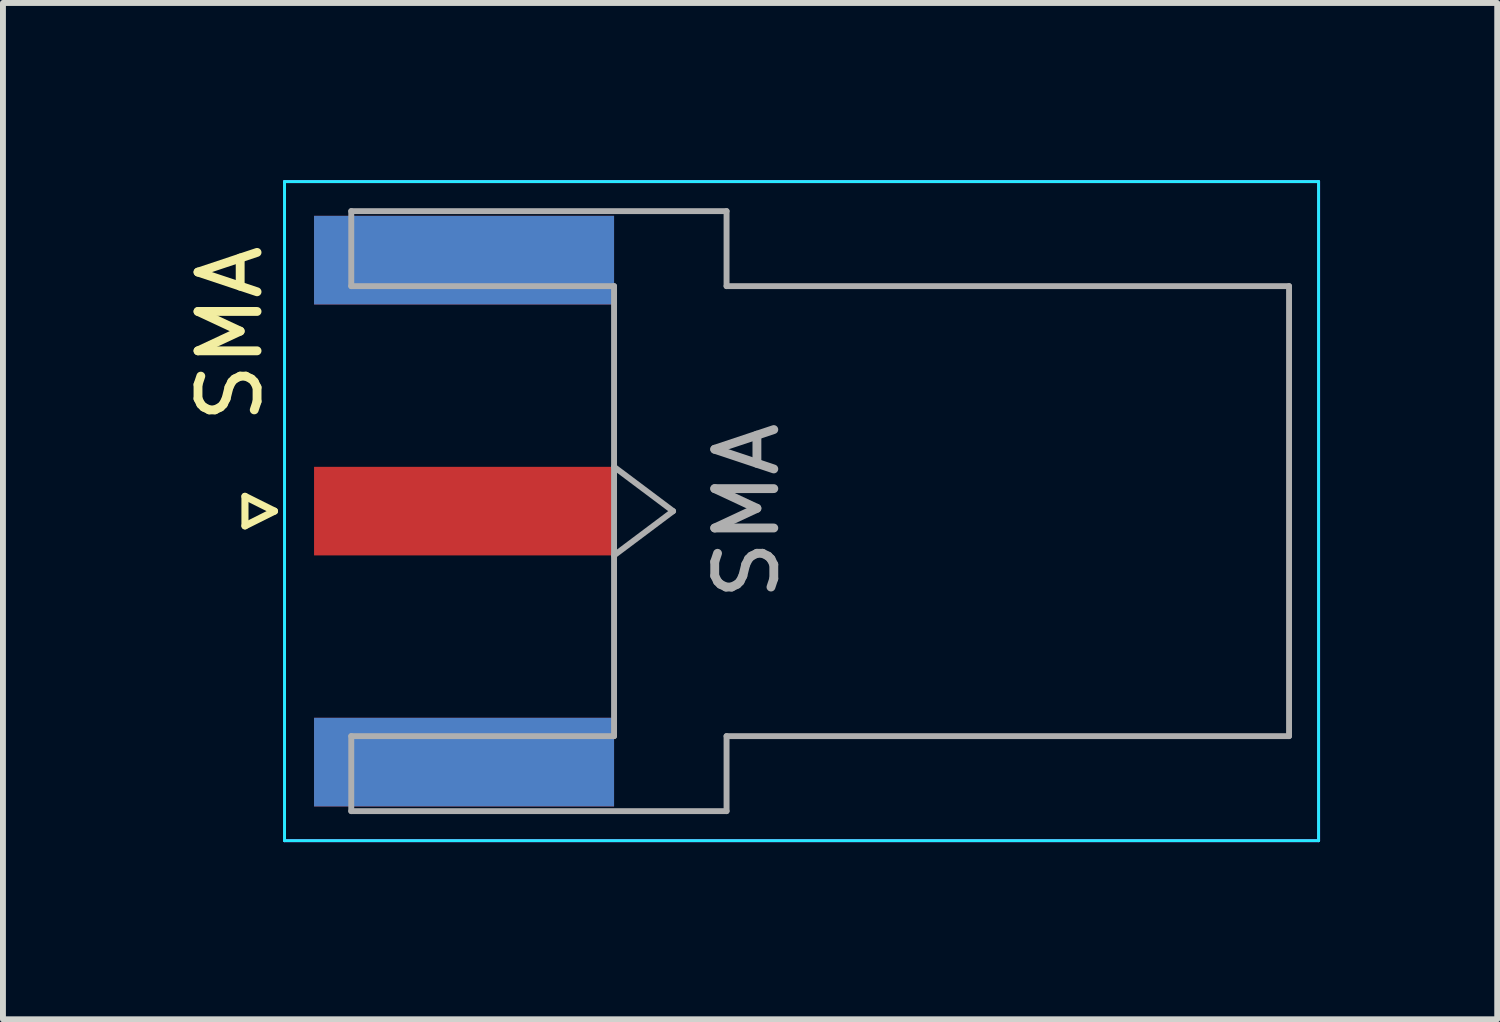
<source format=kicad_pcb>
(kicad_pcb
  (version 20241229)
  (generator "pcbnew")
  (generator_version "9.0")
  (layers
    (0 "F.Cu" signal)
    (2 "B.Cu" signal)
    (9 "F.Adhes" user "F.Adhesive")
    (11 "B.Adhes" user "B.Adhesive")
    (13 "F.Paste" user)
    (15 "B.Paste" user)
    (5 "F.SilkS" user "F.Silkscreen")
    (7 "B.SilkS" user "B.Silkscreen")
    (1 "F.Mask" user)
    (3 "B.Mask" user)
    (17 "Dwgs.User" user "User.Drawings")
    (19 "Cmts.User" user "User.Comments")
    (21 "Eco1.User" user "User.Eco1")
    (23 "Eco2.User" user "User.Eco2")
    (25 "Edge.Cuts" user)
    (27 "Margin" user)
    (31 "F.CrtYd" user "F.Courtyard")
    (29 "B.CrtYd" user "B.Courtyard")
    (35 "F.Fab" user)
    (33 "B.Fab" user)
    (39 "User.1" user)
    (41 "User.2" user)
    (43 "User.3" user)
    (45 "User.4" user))
  (footprint "SMA"
    (layer "F.Cu")
    (at 4.808 5.605)
    (property "Reference" "SMA" (at -3.96 -3 90) (layer "F.SilkS") (effects (font (size 1 1) (thickness 0.15))))
    (attr smd)
    (fp_line (start -3.71 -0.25) (end -3.71 0.25) (stroke (width 0.12) (type solid)) (layer "F.SilkS"))
    (fp_line (start -3.71 0.25) (end -3.21 0) (stroke (width 0.12) (type solid)) (layer "F.SilkS"))
    (fp_line (start -3.21 0) (end -3.71 -0.25) (stroke (width 0.12) (type solid)) (layer "F.SilkS"))
    (fp_line (start -3.04 5.58) (end -3.04 -5.58) (stroke (width 0.05) (type solid)) (layer "B.CrtYd"))
    (fp_line (start 14.47 -5.58) (end -3.04 -5.58) (stroke (width 0.05) (type solid)) (layer "B.CrtYd"))
    (fp_line (start 14.47 -5.58) (end 14.47 5.58) (stroke (width 0.05) (type solid)) (layer "B.CrtYd"))
    (fp_line (start 14.47 5.58) (end -3.04 5.58) (stroke (width 0.05) (type solid)) (layer "B.CrtYd"))
    (fp_line (start -3.04 5.58) (end -3.04 -5.58) (stroke (width 0.05) (type solid)) (layer "F.CrtYd"))
    (fp_line (start 14.47 -5.58) (end -3.04 -5.58) (stroke (width 0.05) (type solid)) (layer "F.CrtYd"))
    (fp_line (start 14.47 -5.58) (end 14.47 5.58) (stroke (width 0.05) (type solid)) (layer "F.CrtYd"))
    (fp_line (start 14.47 5.58) (end -3.04 5.58) (stroke (width 0.05) (type solid)) (layer "F.CrtYd"))
    (fp_line (start -1.91 -5.08) (end -1.91 -3.81) (stroke (width 0.1) (type solid)) (layer "F.Fab"))
    (fp_line (start -1.91 -5.08) (end 4.445 -5.08) (stroke (width 0.1) (type solid)) (layer "F.Fab"))
    (fp_line (start -1.91 -3.81) (end 2.54 -3.81) (stroke (width 0.1) (type solid)) (layer "F.Fab"))
    (fp_line (start -1.91 3.81) (end -1.91 5.08) (stroke (width 0.1) (type solid)) (layer "F.Fab"))
    (fp_line (start -1.91 5.08) (end 4.445 5.08) (stroke (width 0.1) (type solid)) (layer "F.Fab"))
    (fp_line (start 2.54 -3.81) (end 2.54 3.81) (stroke (width 0.1) (type solid)) (layer "F.Fab"))
    (fp_line (start 2.54 -0.75) (end 3.54 0) (stroke (width 0.1) (type solid)) (layer "F.Fab"))
    (fp_line (start 2.54 3.81) (end -1.91 3.81) (stroke (width 0.1) (type solid)) (layer "F.Fab"))
    (fp_line (start 3.54 0) (end 2.54 0.75) (stroke (width 0.1) (type solid)) (layer "F.Fab"))
    (fp_line (start 4.445 -3.81) (end 4.445 -5.08) (stroke (width 0.1) (type solid)) (layer "F.Fab"))
    (fp_line (start 4.445 -3.81) (end 13.97 -3.81) (stroke (width 0.1) (type solid)) (layer "F.Fab"))
    (fp_line (start 4.445 5.08) (end 4.445 3.81) (stroke (width 0.1) (type solid)) (layer "F.Fab"))
    (fp_line (start 13.97 -3.81) (end 13.97 3.81) (stroke (width 0.1) (type solid)) (layer "F.Fab"))
    (fp_line (start 13.97 3.81) (end 4.445 3.81) (stroke (width 0.1) (type solid)) (layer "F.Fab"))
    (fp_text user "${REFERENCE}" (at 4.79 0 270) (layer "F.Fab") (effects (font (size 1 1) (thickness 0.15))))
    (pad "1" smd rect (at 0 0 90) (size 1.5 5.08) (layers "F.Cu" "F.Mask" "F.Paste"))
    (pad "2" smd rect (at 0 -4.25 90) (size 1.5 5.08) (layers "F.Cu" "F.Mask" "F.Paste"))
    (pad "2" smd rect (at 0 -4.25 90) (size 1.5 5.08) (layers "B.Cu" "B.Mask" "B.Paste"))
    (pad "2" smd rect (at 0 4.25 90) (size 1.5 5.08) (layers "F.Cu" "F.Mask" "F.Paste"))
    (pad "2" smd rect (at 0 4.25 90) (size 1.5 5.08) (layers "B.Cu" "B.Mask" "B.Paste")))
  (gr_rect
    (start -3 -3)
    (end 22.303 14.21)
    (stroke (width 0.1) (type default))
    (fill no)
    (layer "Edge.Cuts")))
</source>
